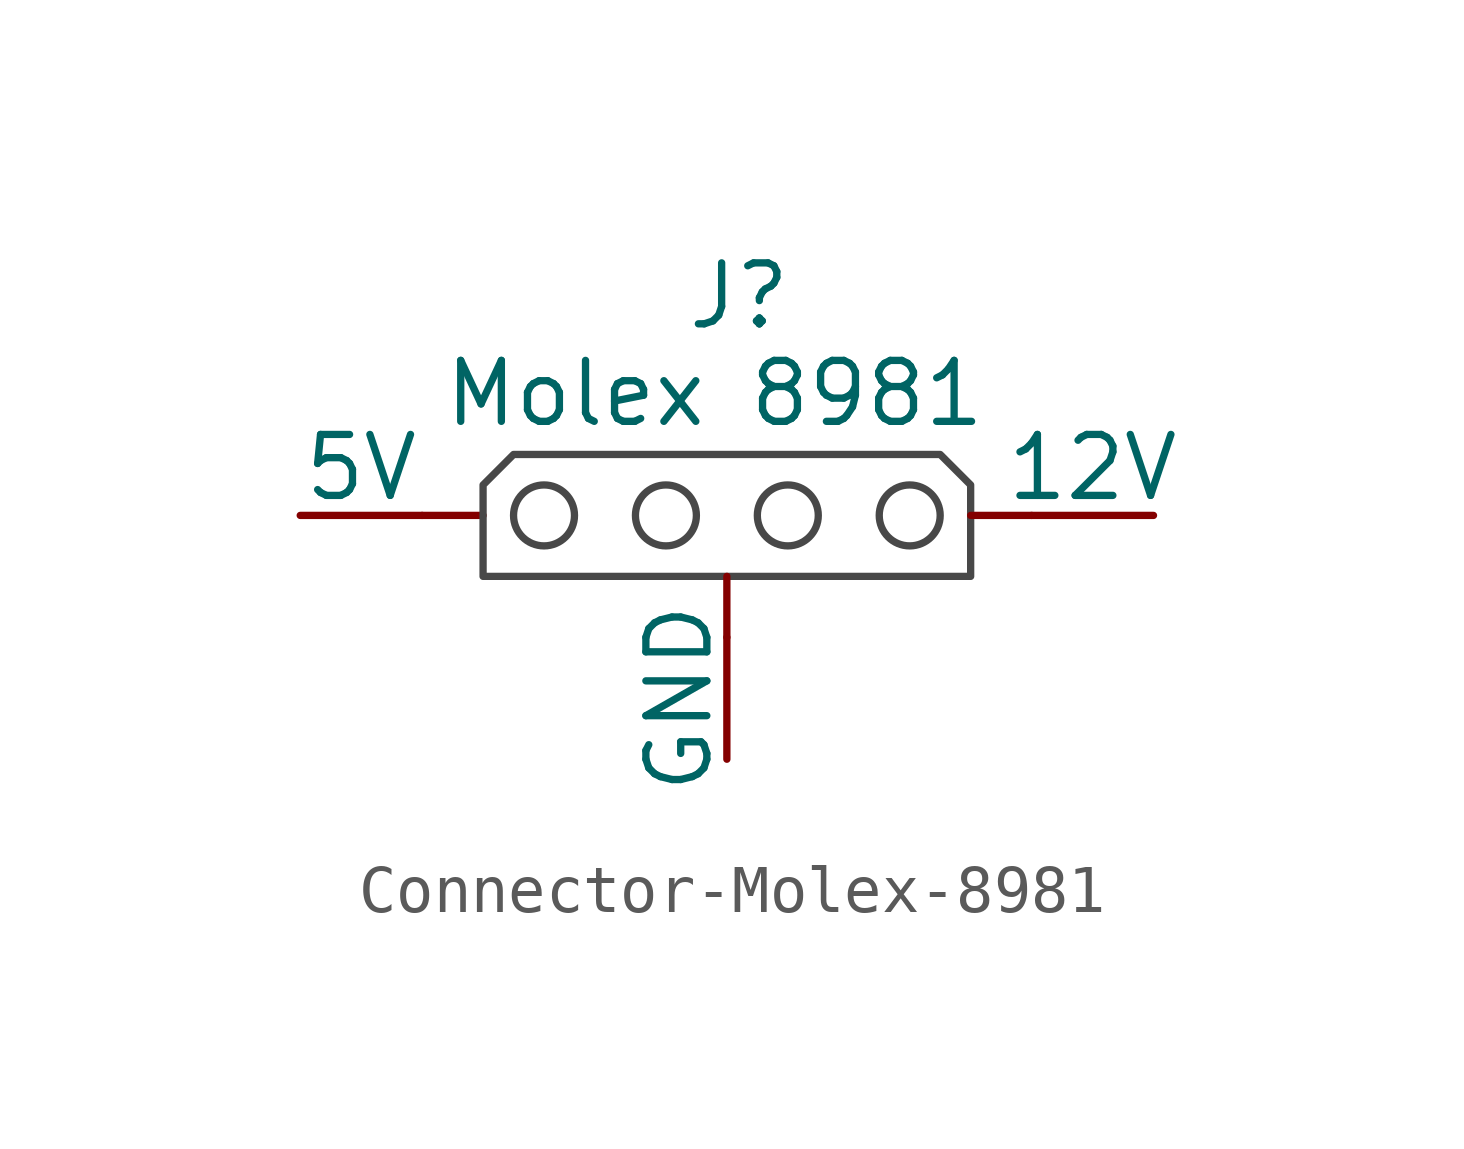
<source format=kicad_sym>
(kicad_symbol_lib
  (version 20241209)
  (generator "kicad_symbol_editor")
  (generator_version "9.0")
  (symbol "Connector-Molex-8981"
    (pin_numbers
      (hide yes))
    (pin_names
      (offset 0))
    (property "Reference" "J"
      (at 0.254 4.572 0)
      (effects (font (size 1.27 1.27))))
    (property "Value" "Molex 8981"
      (at -0.254 2.54 0)
      (effects (font (size 1.27 1.27))))
    (symbol "Connector-Molex-8981_0_1"
      (polyline (pts (xy -6.35 0) (xy -5.08 0)) (stroke (width 0) (type default)) (fill (type none)))
      (polyline (pts (xy -5.08 -1.27) (xy 5.08 -1.27) (xy 5.08 0.635) (xy 4.445 1.27) (xy -4.445 1.27) (xy -5.08 0.635) (xy -5.08 -0.635) (xy -5.08 -1.27)) (stroke (width 0) (type default) (color 72 72 72 1)) (fill (type none)))
      (circle (center -3.81 0) (radius 0.635) (stroke (width 0) (type default) (color 72 72 72 1)) (fill (type none)))
      (circle (center -1.27 0) (radius 0.635) (stroke (width 0) (type default) (color 72 72 72 1)) (fill (type none)))
      (polyline (pts (xy 0 -2.54) (xy 0 -1.27)) (stroke (width 0) (type default)) (fill (type none)))
      (circle (center 1.27 0) (radius 0.635) (stroke (width 0) (type default) (color 72 72 72 1)) (fill (type none)))
      (circle (center 3.81 0) (radius 0.635) (stroke (width 0) (type default) (color 72 72 72 1)) (fill (type none)))
      (polyline (pts (xy 6.35 0) (xy 5.08 0)) (stroke (width 0) (type default)) (fill (type none))))
    (symbol "Connector-Molex-8981_1_1"
      (pin power_out line (at -8.89 0 0) (length 2.54) (name "5V" (effects (font (size 1.27 1.27)))) (number "4" (effects (font (size 1.27 1.27)))))
      (pin passive line (at 0 -5.08 90) (length 2.54) (name "GND" (effects (font (size 1.27 1.27)))) (number "23" (effects (font (size 1.27 1.27)))))
      (pin power_out line (at 8.89 0 180) (length 2.54) (name "12V" (effects (font (size 1.27 1.27)))) (number "1" (effects (font (size 1.27 1.27))))))))
</source>
